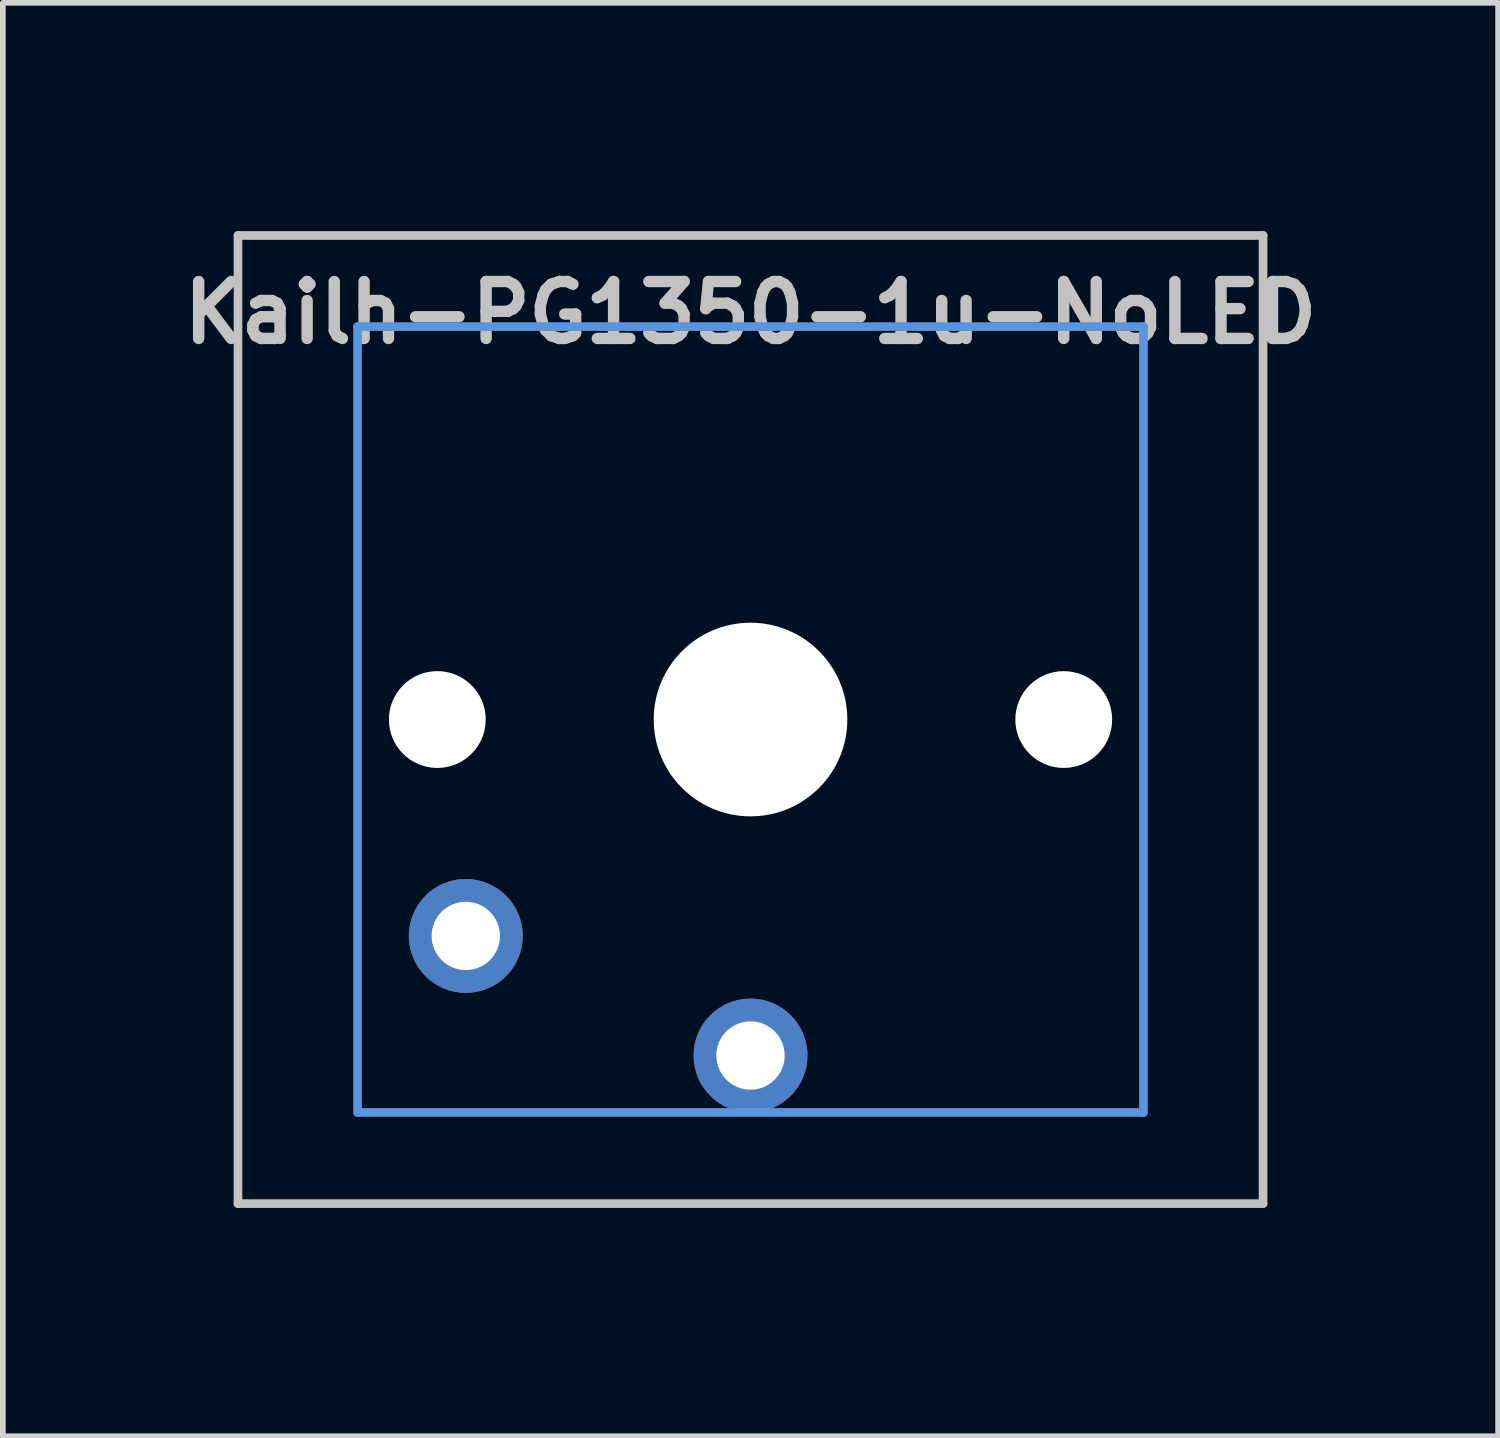
<source format=kicad_pcb>
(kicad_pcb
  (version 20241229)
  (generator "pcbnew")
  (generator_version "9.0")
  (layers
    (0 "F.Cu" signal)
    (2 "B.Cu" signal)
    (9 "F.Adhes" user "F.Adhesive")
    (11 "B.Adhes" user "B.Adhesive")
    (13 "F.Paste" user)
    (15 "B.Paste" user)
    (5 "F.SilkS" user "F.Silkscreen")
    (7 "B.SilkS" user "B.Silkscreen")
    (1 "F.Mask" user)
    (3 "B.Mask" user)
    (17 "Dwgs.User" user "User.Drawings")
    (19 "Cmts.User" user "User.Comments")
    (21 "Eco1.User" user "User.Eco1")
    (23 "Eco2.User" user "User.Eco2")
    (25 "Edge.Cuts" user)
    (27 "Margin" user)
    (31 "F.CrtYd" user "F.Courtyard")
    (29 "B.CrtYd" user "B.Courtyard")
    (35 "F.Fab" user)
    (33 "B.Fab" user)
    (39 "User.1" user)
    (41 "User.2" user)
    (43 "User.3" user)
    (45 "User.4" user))
  (footprint "Kailh-PG1350-1u-NoLED"
    (layer "F.Cu")
    (at 10.129 9.585)
    (property "Reference" "Kailh-PG1350-1u-NoLED" (at 0 -7.144 180) (layer "Dwgs.User") (effects (font (size 1 1) (thickness 0.2))))
    (attr through_hole)
    (fp_line (start -9 -8.5) (end 9 -8.5) (stroke (width 0.152) (type solid)) (layer "Dwgs.User"))
    (fp_line (start -9 8.5) (end -9 -8.5) (stroke (width 0.152) (type solid)) (layer "Dwgs.User"))
    (fp_line (start 9 -8.5) (end 9 8.5) (stroke (width 0.152) (type solid)) (layer "Dwgs.User"))
    (fp_line (start 9 8.5) (end -9 8.5) (stroke (width 0.152) (type solid)) (layer "Dwgs.User"))
    (fp_line (start -6.9 -6.9) (end 6.9 -6.9) (stroke (width 0.152) (type solid)) (layer "Cmts.User"))
    (fp_line (start -6.9 6.9) (end -6.9 -6.9) (stroke (width 0.152) (type solid)) (layer "Cmts.User"))
    (fp_line (start 6.9 -6.9) (end 6.9 6.9) (stroke (width 0.152) (type solid)) (layer "Cmts.User"))
    (fp_line (start 6.9 6.9) (end -6.9 6.9) (stroke (width 0.152) (type solid)) (layer "Cmts.User"))
    (fp_line (start -9.525 -9.525) (end -9.525 9.525) (stroke (width 0.12) (type solid)) (layer "Eco1.User"))
    (fp_line (start -9.525 -9.525) (end 9.525 -9.525) (stroke (width 0.12) (type solid)) (layer "Eco1.User"))
    (fp_line (start -9.525 9.525) (end 9.525 9.525) (stroke (width 0.12) (type solid)) (layer "Eco1.User"))
    (fp_line (start 9.525 -9.525) (end 9.525 9.525) (stroke (width 0.12) (type solid)) (layer "Eco1.User"))
    (fp_line (start -7.5 -7.5) (end 7.5 -7.5) (stroke (width 0.152) (type solid)) (layer "Eco2.User"))
    (fp_line (start -7.5 7.5) (end -7.5 -7.5) (stroke (width 0.152) (type solid)) (layer "Eco2.User"))
    (fp_line (start 7.5 -7.5) (end 7.5 7.5) (stroke (width 0.152) (type solid)) (layer "Eco2.User"))
    (fp_line (start 7.5 7.5) (end -7.5 7.5) (stroke (width 0.152) (type solid)) (layer "Eco2.User"))
    (pad "" np_thru_hole circle (at -5.5 0 180) (size 1.7 1.7) (drill 1.7) (layers "*.Cu" "*.Mask"))
    (pad "" np_thru_hole circle (at 0 0 180) (size 3.4 3.4) (drill 3.4) (layers "*.Cu" "*.Mask"))
    (pad "" np_thru_hole circle (at 5.5 0 180) (size 1.7 1.7) (drill 1.7) (layers "*.Cu" "*.Mask"))
    (pad "1" thru_hole circle (at 0 5.9 180) (size 2 2) (drill 1.2) (layers "*.Cu" "*.Mask"))
    (pad "2" thru_hole circle (at -5 3.8 41.9) (size 2 2) (drill 1.2) (layers "*.Cu" "*.Mask")))
  (gr_rect
    (start -3 -3)
    (end 23.257 22.17)
    (stroke (width 0.1) (type default))
    (fill no)
    (layer "Edge.Cuts")))
</source>
